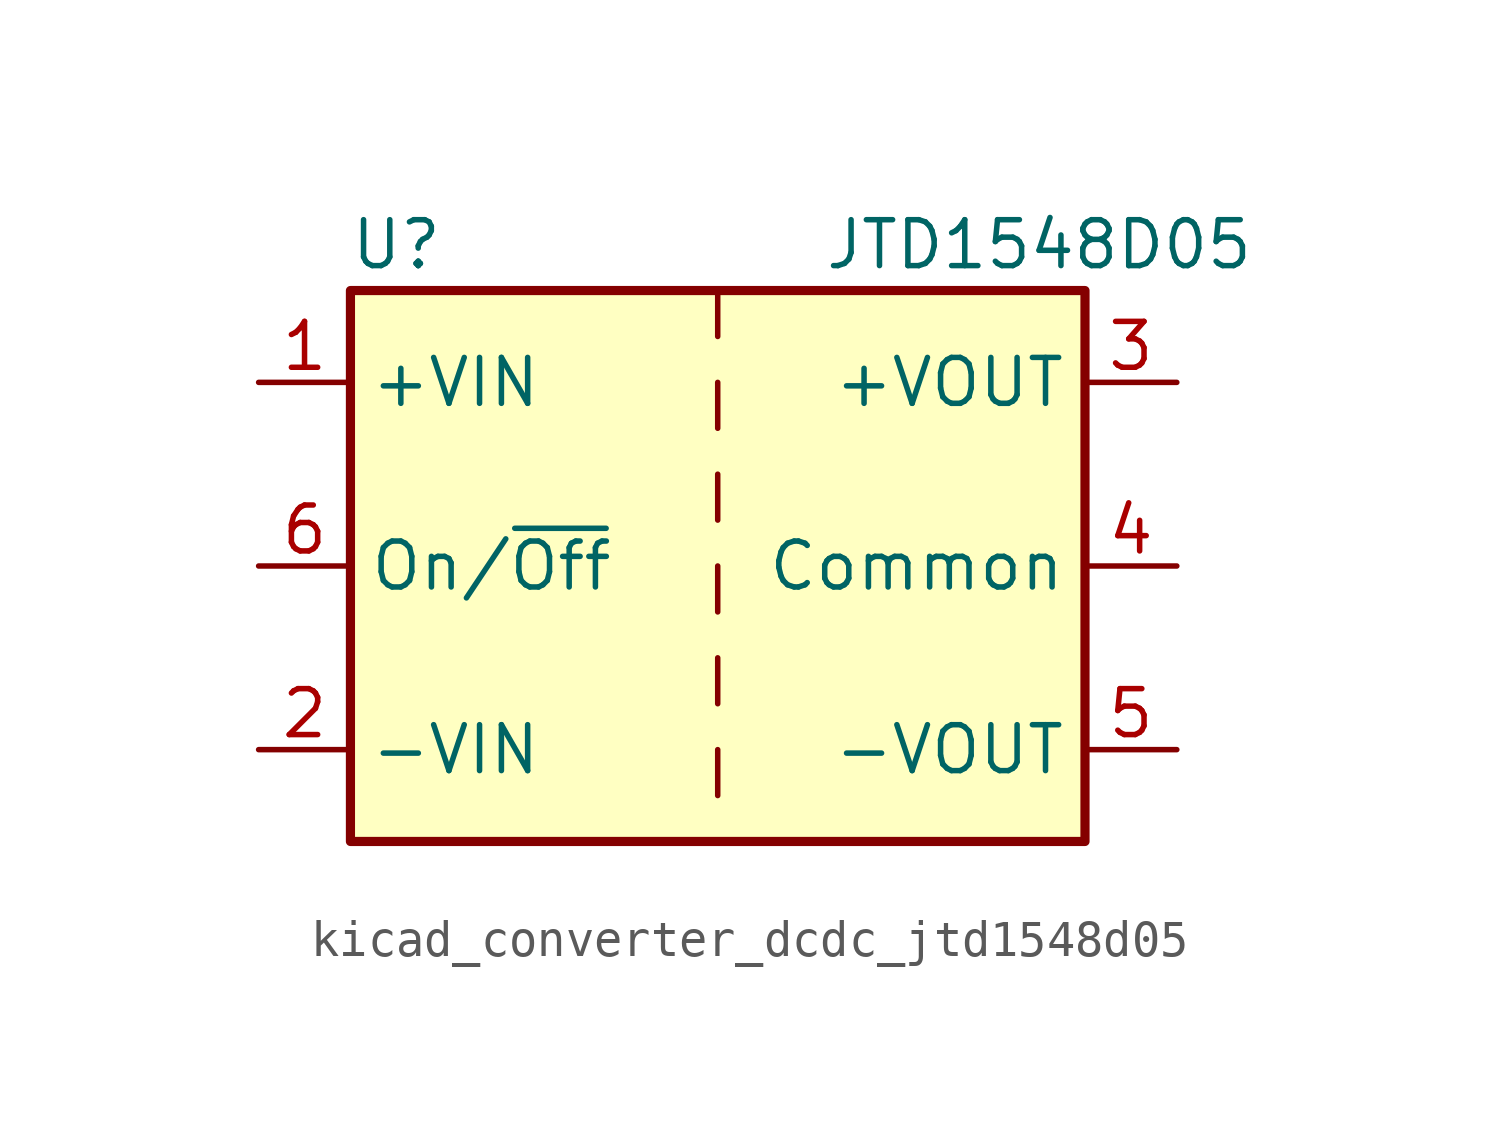
<source format=kicad_sym>
(kicad_symbol_lib
  (version 20220914)
  (generator kicad_symbol_editor)
  (symbol "kicad_converter_dcdc_jtd1548d05"
    (property "Reference" "U"
      (at -8.89 8.89 0)
      (effects (font (size 1.27 1.27))))
    (property "Value" "JTD1548D05"
      (at 8.89 8.89 0)
      (effects (font (size 1.27 1.27))))
    (symbol "kicad_converter_dcdc_jtd1548d05_0_1"
      (rectangle (start -10.16 7.62) (end 10.16 -7.62) (stroke (width 0.254) (type default)) (fill (type background)))
      (polyline (pts (xy 0 -5.08) (xy 0 -6.35)) (stroke (width 0) (type default)) (fill (type none)))
      (polyline (pts (xy 0 -2.54) (xy 0 -3.81)) (stroke (width 0) (type default)) (fill (type none)))
      (polyline (pts (xy 0 0) (xy 0 -1.27)) (stroke (width 0) (type default)) (fill (type none)))
      (polyline (pts (xy 0 2.54) (xy 0 1.27)) (stroke (width 0) (type default)) (fill (type none)))
      (polyline (pts (xy 0 5.08) (xy 0 3.81)) (stroke (width 0) (type default)) (fill (type none)))
      (polyline (pts (xy 0 7.62) (xy 0 6.35)) (stroke (width 0) (type default)) (fill (type none))))
    (symbol "kicad_converter_dcdc_jtd1548d05_1_1"
      (pin power_in line (at -12.7 5.08 0) (length 2.54) (name "+VIN" (effects (font (size 1.27 1.27)))) (number "1" (effects (font (size 1.27 1.27)))))
      (pin power_in line (at -12.7 -5.08 0) (length 2.54) (name "-VIN" (effects (font (size 1.27 1.27)))) (number "2" (effects (font (size 1.27 1.27)))))
      (pin power_out line (at 12.7 5.08 180) (length 2.54) (name "+VOUT" (effects (font (size 1.27 1.27)))) (number "3" (effects (font (size 1.27 1.27)))))
      (pin power_out line (at 12.7 0 180) (length 2.54) (name "Common" (effects (font (size 1.27 1.27)))) (number "4" (effects (font (size 1.27 1.27)))))
      (pin power_out line (at 12.7 -5.08 180) (length 2.54) (name "-VOUT" (effects (font (size 1.27 1.27)))) (number "5" (effects (font (size 1.27 1.27)))))
      (pin input line (at -12.7 0 0) (length 2.54) (name "On/~{Off}" (effects (font (size 1.27 1.27)))) (number "6" (effects (font (size 1.27 1.27))))))))
</source>
